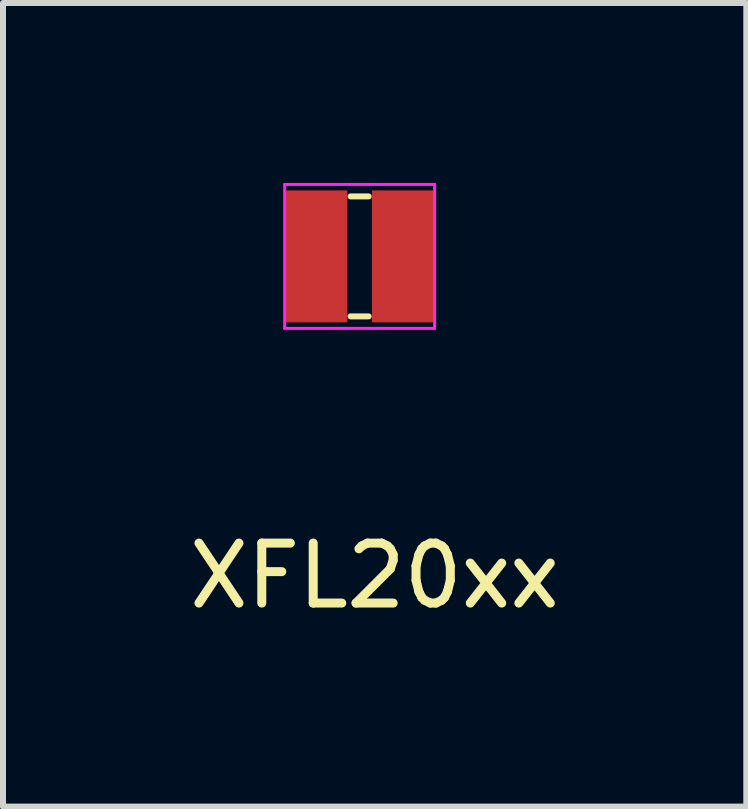
<source format=kicad_pcb>
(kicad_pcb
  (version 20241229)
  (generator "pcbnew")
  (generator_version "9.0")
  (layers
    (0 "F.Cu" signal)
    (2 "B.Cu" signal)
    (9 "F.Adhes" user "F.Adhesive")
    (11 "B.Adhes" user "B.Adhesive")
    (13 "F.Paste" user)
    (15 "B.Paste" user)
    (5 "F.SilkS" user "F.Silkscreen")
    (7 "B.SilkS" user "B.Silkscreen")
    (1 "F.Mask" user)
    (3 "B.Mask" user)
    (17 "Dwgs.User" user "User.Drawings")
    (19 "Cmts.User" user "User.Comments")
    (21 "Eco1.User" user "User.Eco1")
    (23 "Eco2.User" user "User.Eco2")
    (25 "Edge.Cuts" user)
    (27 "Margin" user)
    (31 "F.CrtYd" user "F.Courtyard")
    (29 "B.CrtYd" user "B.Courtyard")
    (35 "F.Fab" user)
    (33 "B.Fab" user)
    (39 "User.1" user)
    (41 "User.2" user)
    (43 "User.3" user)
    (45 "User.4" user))
  (footprint "XFL20xx"
    (layer "F.Cu")
    (at 2.946 1.225)
    (property "Reference" "XFL20xx" (at 0.25 5.325 0) (layer "F.SilkS") (effects (font (size 1 1) (thickness 0.15))))
    (attr through_hole)
    (fp_line (start -0.15 -1) (end 0.15 -1) (stroke (width 0.1) (type solid)) (layer "F.SilkS"))
    (fp_line (start -0.15 1) (end 0.15 1) (stroke (width 0.1) (type solid)) (layer "F.SilkS"))
    (fp_line (start -1.25 -1.2) (end -1.25 1.2) (stroke (width 0.05) (type solid)) (layer "F.CrtYd"))
    (fp_line (start -1.25 1.2) (end 1.25 1.2) (stroke (width 0.05) (type solid)) (layer "F.CrtYd"))
    (fp_line (start 1.25 -1.2) (end -1.25 -1.2) (stroke (width 0.05) (type solid)) (layer "F.CrtYd"))
    (fp_line (start 1.25 1.2) (end 1.25 -1.2) (stroke (width 0.05) (type solid)) (layer "F.CrtYd"))
    (pad "1" smd rect (at -0.725 0) (size 1.04 2.2) (layers "F.Cu" "F.Mask" "F.Paste"))
    (pad "2" smd rect (at 0.725 0) (size 1.04 2.2) (layers "F.Cu" "F.Mask" "F.Paste")))
  (gr_rect
    (start -3 -3)
    (end 9.393 10.398)
    (stroke (width 0.1) (type default))
    (fill no)
    (layer "Edge.Cuts")))
</source>
